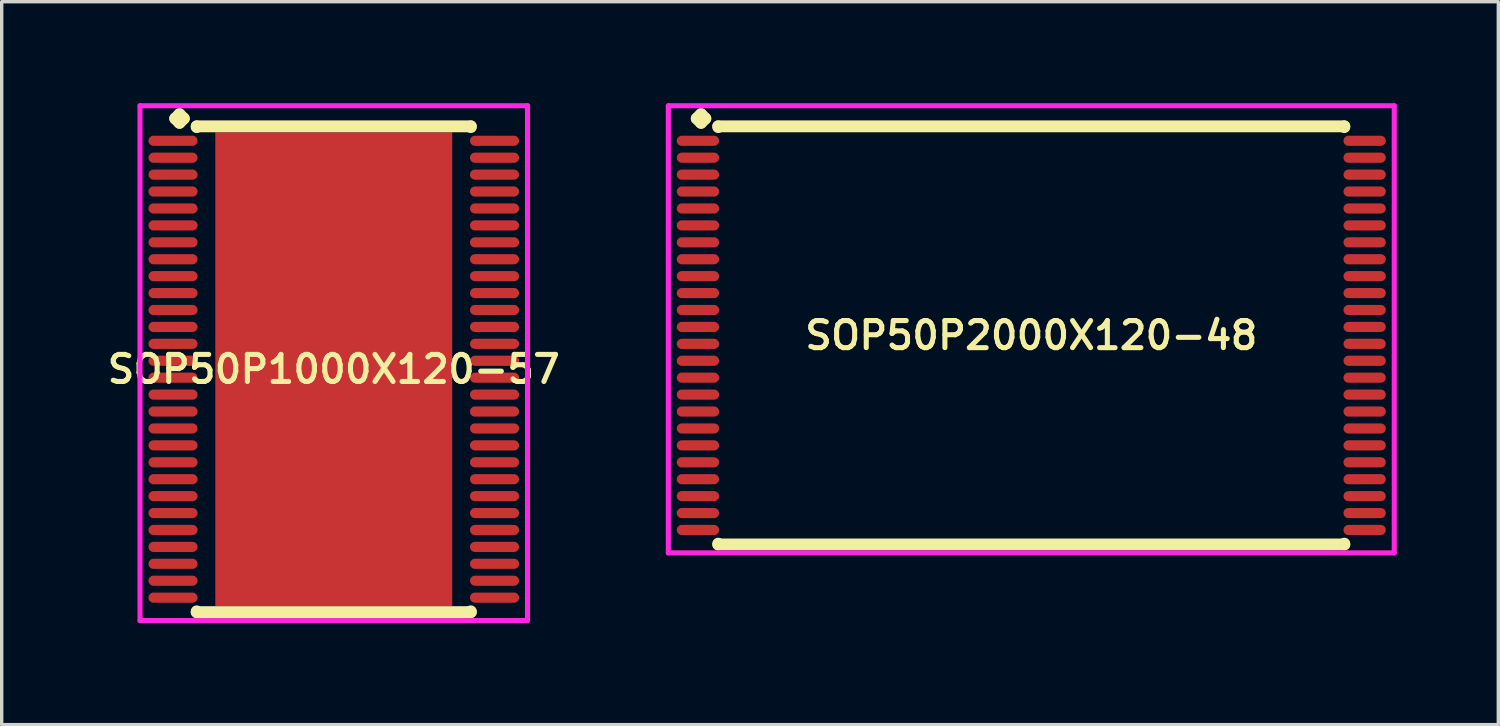
<source format=kicad_pcb>
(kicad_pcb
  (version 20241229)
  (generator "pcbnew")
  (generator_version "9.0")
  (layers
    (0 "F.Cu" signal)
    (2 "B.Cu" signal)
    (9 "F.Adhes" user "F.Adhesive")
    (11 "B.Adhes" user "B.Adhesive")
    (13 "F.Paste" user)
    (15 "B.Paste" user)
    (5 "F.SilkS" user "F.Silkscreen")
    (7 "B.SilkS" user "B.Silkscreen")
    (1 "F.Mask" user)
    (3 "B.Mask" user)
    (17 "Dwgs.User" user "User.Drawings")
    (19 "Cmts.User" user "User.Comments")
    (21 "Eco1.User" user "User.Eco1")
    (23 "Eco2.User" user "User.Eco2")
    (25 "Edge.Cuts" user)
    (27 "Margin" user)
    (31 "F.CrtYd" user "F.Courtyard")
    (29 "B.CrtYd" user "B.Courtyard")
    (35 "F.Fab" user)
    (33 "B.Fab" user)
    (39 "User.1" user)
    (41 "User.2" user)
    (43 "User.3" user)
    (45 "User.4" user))
  (footprint "SOP50P1000X120-57"
    (layer "F.Cu")
    (at 6.812 7.86)
    (property "Reference" "SOP50P1000X120-57" (at 0 0 0) (layer "F.SilkS") (effects (font (size 0.8 0.8) (thickness 0.15))))
    (attr smd)
    (fp_line (start -4.685 -7.408) (end -4.558 -7.535) (stroke (width 0.35) (type solid)) (layer "F.SilkS"))
    (fp_line (start -4.558 -7.535) (end -4.431 -7.408) (stroke (width 0.35) (type solid)) (layer "F.SilkS"))
    (fp_line (start -4.558 -7.281) (end -4.685 -7.408) (stroke (width 0.35) (type solid)) (layer "F.SilkS"))
    (fp_line (start -4.431 -7.408) (end -4.558 -7.281) (stroke (width 0.35) (type solid)) (layer "F.SilkS"))
    (fp_line (start -4.05 -7.177) (end 4.05 -7.177) (stroke (width 0.35) (type solid)) (layer "F.SilkS"))
    (fp_line (start -4.05 -7.154) (end -4.05 -7.177) (stroke (width 0.35) (type solid)) (layer "F.SilkS"))
    (fp_line (start -4.05 7.154) (end -4.05 7.177) (stroke (width 0.35) (type solid)) (layer "F.SilkS"))
    (fp_line (start -4.05 7.177) (end 4.05 7.177) (stroke (width 0.35) (type solid)) (layer "F.SilkS"))
    (fp_line (start 4.05 -7.177) (end 4.05 -7.154) (stroke (width 0.35) (type solid)) (layer "F.SilkS"))
    (fp_line (start 4.05 7.177) (end 4.05 7.154) (stroke (width 0.35) (type solid)) (layer "F.SilkS"))
    (fp_line (start -5.725 -7.785) (end 5.725 -7.785) (stroke (width 0.15) (type solid)) (layer "F.CrtYd"))
    (fp_line (start -5.725 7.427) (end -5.725 -7.785) (stroke (width 0.15) (type solid)) (layer "F.CrtYd"))
    (fp_line (start 5.725 -7.785) (end 5.725 7.427) (stroke (width 0.15) (type solid)) (layer "F.CrtYd"))
    (fp_line (start 5.725 7.427) (end -5.725 7.427) (stroke (width 0.15) (type solid)) (layer "F.CrtYd"))
    (pad "1" smd oval (at -4.75 -6.75) (size 1.45 0.3) (layers "F.Cu" "F.Mask" "F.Paste"))
    (pad "2" smd oval (at -4.75 -6.25) (size 1.45 0.3) (layers "F.Cu" "F.Mask" "F.Paste"))
    (pad "3" smd oval (at -4.75 -5.75) (size 1.45 0.3) (layers "F.Cu" "F.Mask" "F.Paste"))
    (pad "4" smd oval (at -4.75 -5.25) (size 1.45 0.3) (layers "F.Cu" "F.Mask" "F.Paste"))
    (pad "5" smd oval (at -4.75 -4.75) (size 1.45 0.3) (layers "F.Cu" "F.Mask" "F.Paste"))
    (pad "6" smd oval (at -4.75 -4.25) (size 1.45 0.3) (layers "F.Cu" "F.Mask" "F.Paste"))
    (pad "7" smd oval (at -4.75 -3.75) (size 1.45 0.3) (layers "F.Cu" "F.Mask" "F.Paste"))
    (pad "8" smd oval (at -4.75 -3.25) (size 1.45 0.3) (layers "F.Cu" "F.Mask" "F.Paste"))
    (pad "9" smd oval (at -4.75 -2.75) (size 1.45 0.3) (layers "F.Cu" "F.Mask" "F.Paste"))
    (pad "10" smd oval (at -4.75 -2.25) (size 1.45 0.3) (layers "F.Cu" "F.Mask" "F.Paste"))
    (pad "11" smd oval (at -4.75 -1.75) (size 1.45 0.3) (layers "F.Cu" "F.Mask" "F.Paste"))
    (pad "12" smd oval (at -4.75 -1.25) (size 1.45 0.3) (layers "F.Cu" "F.Mask" "F.Paste"))
    (pad "13" smd oval (at -4.75 -0.75) (size 1.45 0.3) (layers "F.Cu" "F.Mask" "F.Paste"))
    (pad "14" smd oval (at -4.75 -0.25) (size 1.45 0.3) (layers "F.Cu" "F.Mask" "F.Paste"))
    (pad "15" smd oval (at -4.75 0.25) (size 1.45 0.3) (layers "F.Cu" "F.Mask" "F.Paste"))
    (pad "16" smd oval (at -4.75 0.75) (size 1.45 0.3) (layers "F.Cu" "F.Mask" "F.Paste"))
    (pad "17" smd oval (at -4.75 1.25) (size 1.45 0.3) (layers "F.Cu" "F.Mask" "F.Paste"))
    (pad "18" smd oval (at -4.75 1.75) (size 1.45 0.3) (layers "F.Cu" "F.Mask" "F.Paste"))
    (pad "19" smd oval (at -4.75 2.25) (size 1.45 0.3) (layers "F.Cu" "F.Mask" "F.Paste"))
    (pad "20" smd oval (at -4.75 2.75) (size 1.45 0.3) (layers "F.Cu" "F.Mask" "F.Paste"))
    (pad "21" smd oval (at -4.75 3.25) (size 1.45 0.3) (layers "F.Cu" "F.Mask" "F.Paste"))
    (pad "22" smd oval (at -4.75 3.75) (size 1.45 0.3) (layers "F.Cu" "F.Mask" "F.Paste"))
    (pad "23" smd oval (at -4.75 4.25) (size 1.45 0.3) (layers "F.Cu" "F.Mask" "F.Paste"))
    (pad "24" smd oval (at -4.75 4.75) (size 1.45 0.3) (layers "F.Cu" "F.Mask" "F.Paste"))
    (pad "25" smd oval (at -4.75 5.25) (size 1.45 0.3) (layers "F.Cu" "F.Mask" "F.Paste"))
    (pad "26" smd oval (at -4.75 5.75) (size 1.45 0.3) (layers "F.Cu" "F.Mask" "F.Paste"))
    (pad "27" smd oval (at -4.75 6.25) (size 1.45 0.3) (layers "F.Cu" "F.Mask" "F.Paste"))
    (pad "28" smd oval (at -4.75 6.75) (size 1.45 0.3) (layers "F.Cu" "F.Mask" "F.Paste"))
    (pad "29" smd oval (at 4.75 6.75) (size 1.45 0.3) (layers "F.Cu" "F.Mask" "F.Paste"))
    (pad "30" smd oval (at 4.75 6.25) (size 1.45 0.3) (layers "F.Cu" "F.Mask" "F.Paste"))
    (pad "31" smd oval (at 4.75 5.75) (size 1.45 0.3) (layers "F.Cu" "F.Mask" "F.Paste"))
    (pad "32" smd oval (at 4.75 5.25) (size 1.45 0.3) (layers "F.Cu" "F.Mask" "F.Paste"))
    (pad "33" smd oval (at 4.75 4.75) (size 1.45 0.3) (layers "F.Cu" "F.Mask" "F.Paste"))
    (pad "34" smd oval (at 4.75 4.25) (size 1.45 0.3) (layers "F.Cu" "F.Mask" "F.Paste"))
    (pad "35" smd oval (at 4.75 3.75) (size 1.45 0.3) (layers "F.Cu" "F.Mask" "F.Paste"))
    (pad "36" smd oval (at 4.75 3.25) (size 1.45 0.3) (layers "F.Cu" "F.Mask" "F.Paste"))
    (pad "37" smd oval (at 4.75 2.75) (size 1.45 0.3) (layers "F.Cu" "F.Mask" "F.Paste"))
    (pad "38" smd oval (at 4.75 2.25) (size 1.45 0.3) (layers "F.Cu" "F.Mask" "F.Paste"))
    (pad "39" smd oval (at 4.75 1.75) (size 1.45 0.3) (layers "F.Cu" "F.Mask" "F.Paste"))
    (pad "40" smd oval (at 4.75 1.25) (size 1.45 0.3) (layers "F.Cu" "F.Mask" "F.Paste"))
    (pad "41" smd oval (at 4.75 0.75) (size 1.45 0.3) (layers "F.Cu" "F.Mask" "F.Paste"))
    (pad "42" smd oval (at 4.75 0.25) (size 1.45 0.3) (layers "F.Cu" "F.Mask" "F.Paste"))
    (pad "43" smd oval (at 4.75 -0.25) (size 1.45 0.3) (layers "F.Cu" "F.Mask" "F.Paste"))
    (pad "44" smd oval (at 4.75 -0.75) (size 1.45 0.3) (layers "F.Cu" "F.Mask" "F.Paste"))
    (pad "45" smd oval (at 4.75 -1.25) (size 1.45 0.3) (layers "F.Cu" "F.Mask" "F.Paste"))
    (pad "46" smd oval (at 4.75 -1.75) (size 1.45 0.3) (layers "F.Cu" "F.Mask" "F.Paste"))
    (pad "47" smd oval (at 4.75 -2.25) (size 1.45 0.3) (layers "F.Cu" "F.Mask" "F.Paste"))
    (pad "48" smd oval (at 4.75 -2.75) (size 1.45 0.3) (layers "F.Cu" "F.Mask" "F.Paste"))
    (pad "49" smd oval (at 4.75 -3.25) (size 1.45 0.3) (layers "F.Cu" "F.Mask" "F.Paste"))
    (pad "50" smd oval (at 4.75 -3.75) (size 1.45 0.3) (layers "F.Cu" "F.Mask" "F.Paste"))
    (pad "51" smd oval (at 4.75 -4.25) (size 1.45 0.3) (layers "F.Cu" "F.Mask" "F.Paste"))
    (pad "52" smd oval (at 4.75 -4.75) (size 1.45 0.3) (layers "F.Cu" "F.Mask" "F.Paste"))
    (pad "53" smd oval (at 4.75 -5.25) (size 1.45 0.3) (layers "F.Cu" "F.Mask" "F.Paste"))
    (pad "54" smd oval (at 4.75 -5.75) (size 1.45 0.3) (layers "F.Cu" "F.Mask" "F.Paste"))
    (pad "55" smd oval (at 4.75 -6.25) (size 1.45 0.3) (layers "F.Cu" "F.Mask" "F.Paste"))
    (pad "56" smd oval (at 4.75 -6.75) (size 1.45 0.3) (layers "F.Cu" "F.Mask" "F.Paste"))
    (pad "57" smd rect (at 0 0) (size 7 14) (layers "F.Cu" "F.Mask" "F.Paste")))
  (footprint "SOP50P2000X120-48"
    (layer "F.Cu")
    (at 27.423 6.86)
    (property "Reference" "SOP50P2000X120-48" (at 0 0 0) (layer "F.SilkS") (effects (font (size 0.8 0.8) (thickness 0.15))))
    (attr smd)
    (fp_line (start -9.885 -6.408) (end -9.758 -6.535) (stroke (width 0.35) (type solid)) (layer "F.SilkS"))
    (fp_line (start -9.758 -6.535) (end -9.631 -6.408) (stroke (width 0.35) (type solid)) (layer "F.SilkS"))
    (fp_line (start -9.758 -6.281) (end -9.885 -6.408) (stroke (width 0.35) (type solid)) (layer "F.SilkS"))
    (fp_line (start -9.631 -6.408) (end -9.758 -6.281) (stroke (width 0.35) (type solid)) (layer "F.SilkS"))
    (fp_line (start -9.25 -6.177) (end 9.25 -6.177) (stroke (width 0.35) (type solid)) (layer "F.SilkS"))
    (fp_line (start -9.25 -6.154) (end -9.25 -6.177) (stroke (width 0.35) (type solid)) (layer "F.SilkS"))
    (fp_line (start -9.25 6.154) (end -9.25 6.177) (stroke (width 0.35) (type solid)) (layer "F.SilkS"))
    (fp_line (start -9.25 6.177) (end 9.25 6.177) (stroke (width 0.35) (type solid)) (layer "F.SilkS"))
    (fp_line (start 9.25 -6.177) (end 9.25 -6.154) (stroke (width 0.35) (type solid)) (layer "F.SilkS"))
    (fp_line (start 9.25 6.177) (end 9.25 6.154) (stroke (width 0.35) (type solid)) (layer "F.SilkS"))
    (fp_line (start -10.725 -6.785) (end 10.725 -6.785) (stroke (width 0.15) (type solid)) (layer "F.CrtYd"))
    (fp_line (start -10.725 6.427) (end -10.725 -6.785) (stroke (width 0.15) (type solid)) (layer "F.CrtYd"))
    (fp_line (start 10.725 -6.785) (end 10.725 6.427) (stroke (width 0.15) (type solid)) (layer "F.CrtYd"))
    (fp_line (start 10.725 6.427) (end -10.725 6.427) (stroke (width 0.15) (type solid)) (layer "F.CrtYd"))
    (pad "1" smd oval (at -9.85 -5.75) (size 1.25 0.3) (layers "F.Cu" "F.Mask" "F.Paste"))
    (pad "2" smd oval (at -9.85 -5.25) (size 1.25 0.3) (layers "F.Cu" "F.Mask" "F.Paste"))
    (pad "3" smd oval (at -9.85 -4.75) (size 1.25 0.3) (layers "F.Cu" "F.Mask" "F.Paste"))
    (pad "4" smd oval (at -9.85 -4.25) (size 1.25 0.3) (layers "F.Cu" "F.Mask" "F.Paste"))
    (pad "5" smd oval (at -9.85 -3.75) (size 1.25 0.3) (layers "F.Cu" "F.Mask" "F.Paste"))
    (pad "6" smd oval (at -9.85 -3.25) (size 1.25 0.3) (layers "F.Cu" "F.Mask" "F.Paste"))
    (pad "7" smd oval (at -9.85 -2.75) (size 1.25 0.3) (layers "F.Cu" "F.Mask" "F.Paste"))
    (pad "8" smd oval (at -9.85 -2.25) (size 1.25 0.3) (layers "F.Cu" "F.Mask" "F.Paste"))
    (pad "9" smd oval (at -9.85 -1.75) (size 1.25 0.3) (layers "F.Cu" "F.Mask" "F.Paste"))
    (pad "10" smd oval (at -9.85 -1.25) (size 1.25 0.3) (layers "F.Cu" "F.Mask" "F.Paste"))
    (pad "11" smd oval (at -9.85 -0.75) (size 1.25 0.3) (layers "F.Cu" "F.Mask" "F.Paste"))
    (pad "12" smd oval (at -9.85 -0.25) (size 1.25 0.3) (layers "F.Cu" "F.Mask" "F.Paste"))
    (pad "13" smd oval (at -9.85 0.25) (size 1.25 0.3) (layers "F.Cu" "F.Mask" "F.Paste"))
    (pad "14" smd oval (at -9.85 0.75) (size 1.25 0.3) (layers "F.Cu" "F.Mask" "F.Paste"))
    (pad "15" smd oval (at -9.85 1.25) (size 1.25 0.3) (layers "F.Cu" "F.Mask" "F.Paste"))
    (pad "16" smd oval (at -9.85 1.75) (size 1.25 0.3) (layers "F.Cu" "F.Mask" "F.Paste"))
    (pad "17" smd oval (at -9.85 2.25) (size 1.25 0.3) (layers "F.Cu" "F.Mask" "F.Paste"))
    (pad "18" smd oval (at -9.85 2.75) (size 1.25 0.3) (layers "F.Cu" "F.Mask" "F.Paste"))
    (pad "19" smd oval (at -9.85 3.25) (size 1.25 0.3) (layers "F.Cu" "F.Mask" "F.Paste"))
    (pad "20" smd oval (at -9.85 3.75) (size 1.25 0.3) (layers "F.Cu" "F.Mask" "F.Paste"))
    (pad "21" smd oval (at -9.85 4.25) (size 1.25 0.3) (layers "F.Cu" "F.Mask" "F.Paste"))
    (pad "22" smd oval (at -9.85 4.75) (size 1.25 0.3) (layers "F.Cu" "F.Mask" "F.Paste"))
    (pad "23" smd oval (at -9.85 5.25) (size 1.25 0.3) (layers "F.Cu" "F.Mask" "F.Paste"))
    (pad "24" smd oval (at -9.85 5.75) (size 1.25 0.3) (layers "F.Cu" "F.Mask" "F.Paste"))
    (pad "25" smd oval (at 9.85 5.75) (size 1.25 0.3) (layers "F.Cu" "F.Mask" "F.Paste"))
    (pad "26" smd oval (at 9.85 5.25) (size 1.25 0.3) (layers "F.Cu" "F.Mask" "F.Paste"))
    (pad "27" smd oval (at 9.85 4.75) (size 1.25 0.3) (layers "F.Cu" "F.Mask" "F.Paste"))
    (pad "28" smd oval (at 9.85 4.25) (size 1.25 0.3) (layers "F.Cu" "F.Mask" "F.Paste"))
    (pad "29" smd oval (at 9.85 3.75) (size 1.25 0.3) (layers "F.Cu" "F.Mask" "F.Paste"))
    (pad "30" smd oval (at 9.85 3.25) (size 1.25 0.3) (layers "F.Cu" "F.Mask" "F.Paste"))
    (pad "31" smd oval (at 9.85 2.75) (size 1.25 0.3) (layers "F.Cu" "F.Mask" "F.Paste"))
    (pad "32" smd oval (at 9.85 2.25) (size 1.25 0.3) (layers "F.Cu" "F.Mask" "F.Paste"))
    (pad "33" smd oval (at 9.85 1.75) (size 1.25 0.3) (layers "F.Cu" "F.Mask" "F.Paste"))
    (pad "34" smd oval (at 9.85 1.25) (size 1.25 0.3) (layers "F.Cu" "F.Mask" "F.Paste"))
    (pad "35" smd oval (at 9.85 0.75) (size 1.25 0.3) (layers "F.Cu" "F.Mask" "F.Paste"))
    (pad "36" smd oval (at 9.85 0.25) (size 1.25 0.3) (layers "F.Cu" "F.Mask" "F.Paste"))
    (pad "37" smd oval (at 9.85 -0.25) (size 1.25 0.3) (layers "F.Cu" "F.Mask" "F.Paste"))
    (pad "38" smd oval (at 9.85 -0.75) (size 1.25 0.3) (layers "F.Cu" "F.Mask" "F.Paste"))
    (pad "39" smd oval (at 9.85 -1.25) (size 1.25 0.3) (layers "F.Cu" "F.Mask" "F.Paste"))
    (pad "40" smd oval (at 9.85 -1.75) (size 1.25 0.3) (layers "F.Cu" "F.Mask" "F.Paste"))
    (pad "41" smd oval (at 9.85 -2.25) (size 1.25 0.3) (layers "F.Cu" "F.Mask" "F.Paste"))
    (pad "42" smd oval (at 9.85 -2.75) (size 1.25 0.3) (layers "F.Cu" "F.Mask" "F.Paste"))
    (pad "43" smd oval (at 9.85 -3.25) (size 1.25 0.3) (layers "F.Cu" "F.Mask" "F.Paste"))
    (pad "44" smd oval (at 9.85 -3.75) (size 1.25 0.3) (layers "F.Cu" "F.Mask" "F.Paste"))
    (pad "45" smd oval (at 9.85 -4.25) (size 1.25 0.3) (layers "F.Cu" "F.Mask" "F.Paste"))
    (pad "46" smd oval (at 9.85 -4.75) (size 1.25 0.3) (layers "F.Cu" "F.Mask" "F.Paste"))
    (pad "47" smd oval (at 9.85 -5.25) (size 1.25 0.3) (layers "F.Cu" "F.Mask" "F.Paste"))
    (pad "48" smd oval (at 9.85 -5.75) (size 1.25 0.3) (layers "F.Cu" "F.Mask" "F.Paste")))
  (gr_rect
    (start -3 -3)
    (end 41.223 18.362)
    (stroke (width 0.1) (type default))
    (fill no)
    (layer "Edge.Cuts")))
</source>
